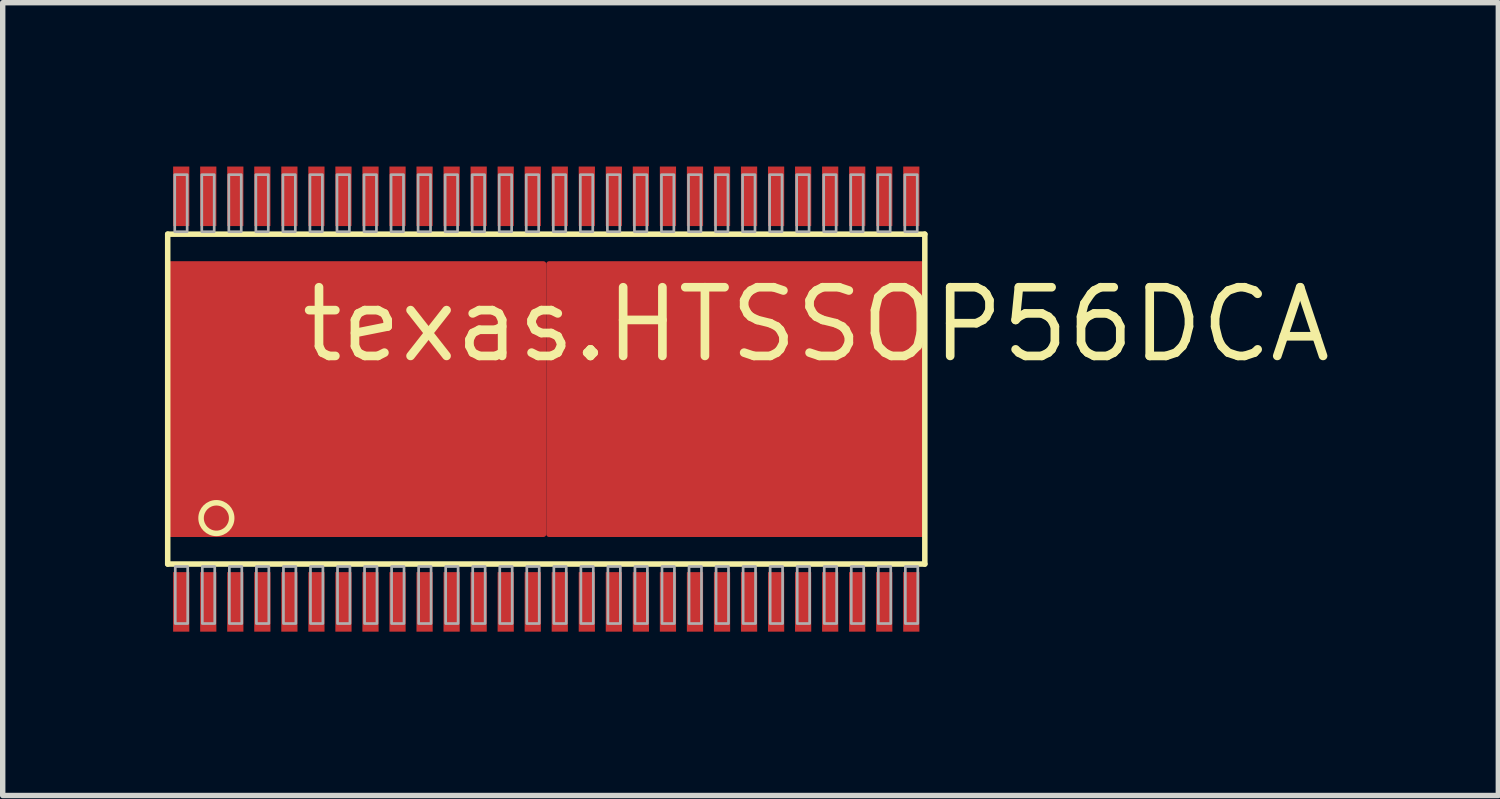
<source format=kicad_pcb>
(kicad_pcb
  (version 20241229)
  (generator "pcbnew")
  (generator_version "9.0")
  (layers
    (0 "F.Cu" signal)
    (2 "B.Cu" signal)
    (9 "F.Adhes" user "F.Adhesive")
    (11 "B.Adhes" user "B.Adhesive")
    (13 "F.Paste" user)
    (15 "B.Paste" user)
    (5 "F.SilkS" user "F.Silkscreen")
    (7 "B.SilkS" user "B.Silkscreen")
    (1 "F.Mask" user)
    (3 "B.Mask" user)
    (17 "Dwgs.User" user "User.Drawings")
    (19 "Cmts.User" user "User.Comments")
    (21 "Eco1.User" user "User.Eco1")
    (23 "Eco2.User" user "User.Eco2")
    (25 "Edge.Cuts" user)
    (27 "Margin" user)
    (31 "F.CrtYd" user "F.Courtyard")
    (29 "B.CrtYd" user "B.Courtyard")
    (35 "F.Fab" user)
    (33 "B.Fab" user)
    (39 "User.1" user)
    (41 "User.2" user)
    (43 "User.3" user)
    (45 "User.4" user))
  (footprint "texas.HTSSOP56DCA"
    (layer "F.Cu")
    (at 7.051 4.33)
    (property "Reference" "texas.HTSSOP56DCA" (at -4.61 -0.635 0) (layer "F.SilkS") (effects (font (size 1.27 1.27) (thickness 0.16)) (justify left bottom)))
    (attr smd)
    (fp_rect (start -6.995 2.55) (end 7 -2.545) (stroke (width 0.05) (type default)) (fill yes) (layer "F.Mask"))
    (fp_rect (start -6.905 -3.195) (end -6.595 -4.305) (stroke (width 0.05) (type default)) (fill yes) (layer "F.Mask"))
    (fp_rect (start -6.905 4.305) (end -6.595 3.195) (stroke (width 0.05) (type default)) (fill yes) (layer "F.Mask"))
    (fp_rect (start -6.405 -3.195) (end -6.095 -4.305) (stroke (width 0.05) (type default)) (fill yes) (layer "F.Mask"))
    (fp_rect (start -6.405 4.305) (end -6.095 3.195) (stroke (width 0.05) (type default)) (fill yes) (layer "F.Mask"))
    (fp_rect (start -5.905 -3.195) (end -5.595 -4.305) (stroke (width 0.05) (type default)) (fill yes) (layer "F.Mask"))
    (fp_rect (start -5.905 4.305) (end -5.595 3.195) (stroke (width 0.05) (type default)) (fill yes) (layer "F.Mask"))
    (fp_rect (start -5.405 -3.195) (end -5.095 -4.305) (stroke (width 0.05) (type default)) (fill yes) (layer "F.Mask"))
    (fp_rect (start -5.405 4.305) (end -5.095 3.195) (stroke (width 0.05) (type default)) (fill yes) (layer "F.Mask"))
    (fp_rect (start -4.905 -3.195) (end -4.595 -4.305) (stroke (width 0.05) (type default)) (fill yes) (layer "F.Mask"))
    (fp_rect (start -4.905 4.305) (end -4.595 3.195) (stroke (width 0.05) (type default)) (fill yes) (layer "F.Mask"))
    (fp_rect (start -4.405 -3.195) (end -4.095 -4.305) (stroke (width 0.05) (type default)) (fill yes) (layer "F.Mask"))
    (fp_rect (start -4.405 4.305) (end -4.095 3.195) (stroke (width 0.05) (type default)) (fill yes) (layer "F.Mask"))
    (fp_rect (start -3.905 -3.195) (end -3.595 -4.305) (stroke (width 0.05) (type default)) (fill yes) (layer "F.Mask"))
    (fp_rect (start -3.905 4.305) (end -3.595 3.195) (stroke (width 0.05) (type default)) (fill yes) (layer "F.Mask"))
    (fp_rect (start -3.405 -3.195) (end -3.095 -4.305) (stroke (width 0.05) (type default)) (fill yes) (layer "F.Mask"))
    (fp_rect (start -3.405 4.305) (end -3.095 3.195) (stroke (width 0.05) (type default)) (fill yes) (layer "F.Mask"))
    (fp_rect (start -2.905 -3.195) (end -2.595 -4.305) (stroke (width 0.05) (type default)) (fill yes) (layer "F.Mask"))
    (fp_rect (start -2.905 4.305) (end -2.595 3.195) (stroke (width 0.05) (type default)) (fill yes) (layer "F.Mask"))
    (fp_rect (start -2.405 -3.195) (end -2.095 -4.305) (stroke (width 0.05) (type default)) (fill yes) (layer "F.Mask"))
    (fp_rect (start -2.405 4.305) (end -2.095 3.195) (stroke (width 0.05) (type default)) (fill yes) (layer "F.Mask"))
    (fp_rect (start -1.905 -3.195) (end -1.595 -4.305) (stroke (width 0.05) (type default)) (fill yes) (layer "F.Mask"))
    (fp_rect (start -1.905 4.305) (end -1.595 3.195) (stroke (width 0.05) (type default)) (fill yes) (layer "F.Mask"))
    (fp_rect (start -1.405 -3.195) (end -1.095 -4.305) (stroke (width 0.05) (type default)) (fill yes) (layer "F.Mask"))
    (fp_rect (start -1.405 4.305) (end -1.095 3.195) (stroke (width 0.05) (type default)) (fill yes) (layer "F.Mask"))
    (fp_rect (start -0.905 -3.195) (end -0.595 -4.305) (stroke (width 0.05) (type default)) (fill yes) (layer "F.Mask"))
    (fp_rect (start -0.905 4.305) (end -0.595 3.195) (stroke (width 0.05) (type default)) (fill yes) (layer "F.Mask"))
    (fp_rect (start -0.405 -3.195) (end -0.095 -4.305) (stroke (width 0.05) (type default)) (fill yes) (layer "F.Mask"))
    (fp_rect (start -0.405 4.305) (end -0.095 3.195) (stroke (width 0.05) (type default)) (fill yes) (layer "F.Mask"))
    (fp_rect (start 0.095 -3.195) (end 0.405 -4.305) (stroke (width 0.05) (type default)) (fill yes) (layer "F.Mask"))
    (fp_rect (start 0.095 4.305) (end 0.405 3.195) (stroke (width 0.05) (type default)) (fill yes) (layer "F.Mask"))
    (fp_rect (start 0.595 -3.195) (end 0.905 -4.305) (stroke (width 0.05) (type default)) (fill yes) (layer "F.Mask"))
    (fp_rect (start 0.595 4.305) (end 0.905 3.195) (stroke (width 0.05) (type default)) (fill yes) (layer "F.Mask"))
    (fp_rect (start 1.095 -3.195) (end 1.405 -4.305) (stroke (width 0.05) (type default)) (fill yes) (layer "F.Mask"))
    (fp_rect (start 1.095 4.305) (end 1.405 3.195) (stroke (width 0.05) (type default)) (fill yes) (layer "F.Mask"))
    (fp_rect (start 1.595 -3.195) (end 1.905 -4.305) (stroke (width 0.05) (type default)) (fill yes) (layer "F.Mask"))
    (fp_rect (start 1.595 4.305) (end 1.905 3.195) (stroke (width 0.05) (type default)) (fill yes) (layer "F.Mask"))
    (fp_rect (start 2.095 -3.195) (end 2.405 -4.305) (stroke (width 0.05) (type default)) (fill yes) (layer "F.Mask"))
    (fp_rect (start 2.095 4.305) (end 2.405 3.195) (stroke (width 0.05) (type default)) (fill yes) (layer "F.Mask"))
    (fp_rect (start 2.595 -3.195) (end 2.905 -4.305) (stroke (width 0.05) (type default)) (fill yes) (layer "F.Mask"))
    (fp_rect (start 2.595 4.305) (end 2.905 3.195) (stroke (width 0.05) (type default)) (fill yes) (layer "F.Mask"))
    (fp_rect (start 3.095 -3.195) (end 3.405 -4.305) (stroke (width 0.05) (type default)) (fill yes) (layer "F.Mask"))
    (fp_rect (start 3.095 4.305) (end 3.405 3.195) (stroke (width 0.05) (type default)) (fill yes) (layer "F.Mask"))
    (fp_rect (start 3.595 -3.195) (end 3.905 -4.305) (stroke (width 0.05) (type default)) (fill yes) (layer "F.Mask"))
    (fp_rect (start 3.595 4.305) (end 3.905 3.195) (stroke (width 0.05) (type default)) (fill yes) (layer "F.Mask"))
    (fp_rect (start 4.095 -3.195) (end 4.405 -4.305) (stroke (width 0.05) (type default)) (fill yes) (layer "F.Mask"))
    (fp_rect (start 4.095 4.305) (end 4.405 3.195) (stroke (width 0.05) (type default)) (fill yes) (layer "F.Mask"))
    (fp_rect (start 4.595 -3.195) (end 4.905 -4.305) (stroke (width 0.05) (type default)) (fill yes) (layer "F.Mask"))
    (fp_rect (start 4.595 4.305) (end 4.905 3.195) (stroke (width 0.05) (type default)) (fill yes) (layer "F.Mask"))
    (fp_rect (start 5.095 -3.195) (end 5.405 -4.305) (stroke (width 0.05) (type default)) (fill yes) (layer "F.Mask"))
    (fp_rect (start 5.095 4.305) (end 5.405 3.195) (stroke (width 0.05) (type default)) (fill yes) (layer "F.Mask"))
    (fp_rect (start 5.595 -3.195) (end 5.905 -4.305) (stroke (width 0.05) (type default)) (fill yes) (layer "F.Mask"))
    (fp_rect (start 5.595 4.305) (end 5.905 3.195) (stroke (width 0.05) (type default)) (fill yes) (layer "F.Mask"))
    (fp_rect (start 6.095 -3.195) (end 6.405 -4.305) (stroke (width 0.05) (type default)) (fill yes) (layer "F.Mask"))
    (fp_rect (start 6.095 4.305) (end 6.405 3.195) (stroke (width 0.05) (type default)) (fill yes) (layer "F.Mask"))
    (fp_rect (start 6.595 -3.195) (end 6.905 -4.305) (stroke (width 0.05) (type default)) (fill yes) (layer "F.Mask"))
    (fp_rect (start 6.595 4.305) (end 6.905 3.195) (stroke (width 0.05) (type default)) (fill yes) (layer "F.Mask"))
    (fp_line (start -7 -3.05) (end 7 -3.05) (stroke (width 0.102) (type default)) (layer "F.SilkS"))
    (fp_line (start -7 3.05) (end -7 -3.05) (stroke (width 0.102) (type default)) (layer "F.SilkS"))
    (fp_line (start 7 -3.05) (end 7 3.05) (stroke (width 0.102) (type default)) (layer "F.SilkS"))
    (fp_line (start 7 3.05) (end -7 3.05) (stroke (width 0.102) (type default)) (layer "F.SilkS"))
    (fp_circle (center -6.1 2.2) (end -5.817 2.2) (stroke (width 0.102) (type default)) (fill no) (layer "F.SilkS"))
    (fp_rect (start -6.89 -3.215) (end -6.61 -4.285) (stroke (width 0.05) (type default)) (fill yes) (layer "F.Paste"))
    (fp_rect (start -6.89 4.285) (end -6.61 3.215) (stroke (width 0.05) (type default)) (fill yes) (layer "F.Paste"))
    (fp_rect (start -6.39 -3.215) (end -6.11 -4.285) (stroke (width 0.05) (type default)) (fill yes) (layer "F.Paste"))
    (fp_rect (start -6.39 4.285) (end -6.11 3.215) (stroke (width 0.05) (type default)) (fill yes) (layer "F.Paste"))
    (fp_rect (start -5.89 -3.215) (end -5.61 -4.285) (stroke (width 0.05) (type default)) (fill yes) (layer "F.Paste"))
    (fp_rect (start -5.89 4.285) (end -5.61 3.215) (stroke (width 0.05) (type default)) (fill yes) (layer "F.Paste"))
    (fp_rect (start -5.39 -3.215) (end -5.11 -4.285) (stroke (width 0.05) (type default)) (fill yes) (layer "F.Paste"))
    (fp_rect (start -5.39 4.285) (end -5.11 3.215) (stroke (width 0.05) (type default)) (fill yes) (layer "F.Paste"))
    (fp_rect (start -4.89 -3.215) (end -4.61 -4.285) (stroke (width 0.05) (type default)) (fill yes) (layer "F.Paste"))
    (fp_rect (start -4.89 4.285) (end -4.61 3.215) (stroke (width 0.05) (type default)) (fill yes) (layer "F.Paste"))
    (fp_rect (start -4.39 -3.215) (end -4.11 -4.285) (stroke (width 0.05) (type default)) (fill yes) (layer "F.Paste"))
    (fp_rect (start -4.39 4.285) (end -4.11 3.215) (stroke (width 0.05) (type default)) (fill yes) (layer "F.Paste"))
    (fp_rect (start -3.89 -3.215) (end -3.61 -4.285) (stroke (width 0.05) (type default)) (fill yes) (layer "F.Paste"))
    (fp_rect (start -3.89 4.285) (end -3.61 3.215) (stroke (width 0.05) (type default)) (fill yes) (layer "F.Paste"))
    (fp_rect (start -3.39 -3.215) (end -3.11 -4.285) (stroke (width 0.05) (type default)) (fill yes) (layer "F.Paste"))
    (fp_rect (start -3.39 4.285) (end -3.11 3.215) (stroke (width 0.05) (type default)) (fill yes) (layer "F.Paste"))
    (fp_rect (start -2.89 -3.215) (end -2.61 -4.285) (stroke (width 0.05) (type default)) (fill yes) (layer "F.Paste"))
    (fp_rect (start -2.89 4.285) (end -2.61 3.215) (stroke (width 0.05) (type default)) (fill yes) (layer "F.Paste"))
    (fp_rect (start -2.39 -3.215) (end -2.11 -4.285) (stroke (width 0.05) (type default)) (fill yes) (layer "F.Paste"))
    (fp_rect (start -2.39 4.285) (end -2.11 3.215) (stroke (width 0.05) (type default)) (fill yes) (layer "F.Paste"))
    (fp_rect (start -1.89 -3.215) (end -1.61 -4.285) (stroke (width 0.05) (type default)) (fill yes) (layer "F.Paste"))
    (fp_rect (start -1.89 4.285) (end -1.61 3.215) (stroke (width 0.05) (type default)) (fill yes) (layer "F.Paste"))
    (fp_rect (start -1.39 -3.215) (end -1.11 -4.285) (stroke (width 0.05) (type default)) (fill yes) (layer "F.Paste"))
    (fp_rect (start -1.39 4.285) (end -1.11 3.215) (stroke (width 0.05) (type default)) (fill yes) (layer "F.Paste"))
    (fp_rect (start -0.89 -3.215) (end -0.61 -4.285) (stroke (width 0.05) (type default)) (fill yes) (layer "F.Paste"))
    (fp_rect (start -0.89 4.285) (end -0.61 3.215) (stroke (width 0.05) (type default)) (fill yes) (layer "F.Paste"))
    (fp_rect (start -0.39 -3.215) (end -0.11 -4.285) (stroke (width 0.05) (type default)) (fill yes) (layer "F.Paste"))
    (fp_rect (start -0.39 4.285) (end -0.11 3.215) (stroke (width 0.05) (type default)) (fill yes) (layer "F.Paste"))
    (fp_rect (start 0.11 -3.215) (end 0.39 -4.285) (stroke (width 0.05) (type default)) (fill yes) (layer "F.Paste"))
    (fp_rect (start 0.11 4.285) (end 0.39 3.215) (stroke (width 0.05) (type default)) (fill yes) (layer "F.Paste"))
    (fp_rect (start 0.61 -3.215) (end 0.89 -4.285) (stroke (width 0.05) (type default)) (fill yes) (layer "F.Paste"))
    (fp_rect (start 0.61 4.285) (end 0.89 3.215) (stroke (width 0.05) (type default)) (fill yes) (layer "F.Paste"))
    (fp_rect (start 1.11 -3.215) (end 1.39 -4.285) (stroke (width 0.05) (type default)) (fill yes) (layer "F.Paste"))
    (fp_rect (start 1.11 4.285) (end 1.39 3.215) (stroke (width 0.05) (type default)) (fill yes) (layer "F.Paste"))
    (fp_rect (start 1.61 -3.215) (end 1.89 -4.285) (stroke (width 0.05) (type default)) (fill yes) (layer "F.Paste"))
    (fp_rect (start 1.61 4.285) (end 1.89 3.215) (stroke (width 0.05) (type default)) (fill yes) (layer "F.Paste"))
    (fp_rect (start 2.11 -3.215) (end 2.39 -4.285) (stroke (width 0.05) (type default)) (fill yes) (layer "F.Paste"))
    (fp_rect (start 2.11 4.285) (end 2.39 3.215) (stroke (width 0.05) (type default)) (fill yes) (layer "F.Paste"))
    (fp_rect (start 2.61 -3.215) (end 2.89 -4.285) (stroke (width 0.05) (type default)) (fill yes) (layer "F.Paste"))
    (fp_rect (start 2.61 4.285) (end 2.89 3.215) (stroke (width 0.05) (type default)) (fill yes) (layer "F.Paste"))
    (fp_rect (start 3.11 -3.215) (end 3.39 -4.285) (stroke (width 0.05) (type default)) (fill yes) (layer "F.Paste"))
    (fp_rect (start 3.11 4.285) (end 3.39 3.215) (stroke (width 0.05) (type default)) (fill yes) (layer "F.Paste"))
    (fp_rect (start 3.61 -3.215) (end 3.89 -4.285) (stroke (width 0.05) (type default)) (fill yes) (layer "F.Paste"))
    (fp_rect (start 3.61 4.285) (end 3.89 3.215) (stroke (width 0.05) (type default)) (fill yes) (layer "F.Paste"))
    (fp_rect (start 4.11 -3.215) (end 4.39 -4.285) (stroke (width 0.05) (type default)) (fill yes) (layer "F.Paste"))
    (fp_rect (start 4.11 4.285) (end 4.39 3.215) (stroke (width 0.05) (type default)) (fill yes) (layer "F.Paste"))
    (fp_rect (start 4.61 -3.215) (end 4.89 -4.285) (stroke (width 0.05) (type default)) (fill yes) (layer "F.Paste"))
    (fp_rect (start 4.61 4.285) (end 4.89 3.215) (stroke (width 0.05) (type default)) (fill yes) (layer "F.Paste"))
    (fp_rect (start 5.11 -3.215) (end 5.39 -4.285) (stroke (width 0.05) (type default)) (fill yes) (layer "F.Paste"))
    (fp_rect (start 5.11 4.285) (end 5.39 3.215) (stroke (width 0.05) (type default)) (fill yes) (layer "F.Paste"))
    (fp_rect (start 5.61 -3.215) (end 5.89 -4.285) (stroke (width 0.05) (type default)) (fill yes) (layer "F.Paste"))
    (fp_rect (start 5.61 4.285) (end 5.89 3.215) (stroke (width 0.05) (type default)) (fill yes) (layer "F.Paste"))
    (fp_rect (start 6.11 -3.215) (end 6.39 -4.285) (stroke (width 0.05) (type default)) (fill yes) (layer "F.Paste"))
    (fp_rect (start 6.11 4.285) (end 6.39 3.215) (stroke (width 0.05) (type default)) (fill yes) (layer "F.Paste"))
    (fp_rect (start 6.61 -3.215) (end 6.89 -4.285) (stroke (width 0.05) (type default)) (fill yes) (layer "F.Paste"))
    (fp_rect (start 6.61 4.285) (end 6.89 3.215) (stroke (width 0.05) (type default)) (fill yes) (layer "F.Paste"))
    (fp_rect (start -6.87 -3.095) (end -6.64 -4.15) (stroke (width 0.05) (type default)) (fill no) (layer "F.Fab"))
    (fp_rect (start -6.86 4.15) (end -6.63 3.095) (stroke (width 0.05) (type default)) (fill no) (layer "F.Fab"))
    (fp_rect (start -6.37 -3.095) (end -6.14 -4.15) (stroke (width 0.05) (type default)) (fill no) (layer "F.Fab"))
    (fp_rect (start -6.36 4.15) (end -6.13 3.095) (stroke (width 0.05) (type default)) (fill no) (layer "F.Fab"))
    (fp_rect (start -5.87 -3.095) (end -5.64 -4.15) (stroke (width 0.05) (type default)) (fill no) (layer "F.Fab"))
    (fp_rect (start -5.86 4.15) (end -5.63 3.095) (stroke (width 0.05) (type default)) (fill no) (layer "F.Fab"))
    (fp_rect (start -5.37 -3.095) (end -5.14 -4.15) (stroke (width 0.05) (type default)) (fill no) (layer "F.Fab"))
    (fp_rect (start -5.36 4.15) (end -5.13 3.095) (stroke (width 0.05) (type default)) (fill no) (layer "F.Fab"))
    (fp_rect (start -4.87 -3.095) (end -4.64 -4.15) (stroke (width 0.05) (type default)) (fill no) (layer "F.Fab"))
    (fp_rect (start -4.86 4.15) (end -4.63 3.095) (stroke (width 0.05) (type default)) (fill no) (layer "F.Fab"))
    (fp_rect (start -4.37 -3.095) (end -4.14 -4.15) (stroke (width 0.05) (type default)) (fill no) (layer "F.Fab"))
    (fp_rect (start -4.36 4.15) (end -4.13 3.095) (stroke (width 0.05) (type default)) (fill no) (layer "F.Fab"))
    (fp_rect (start -3.87 -3.095) (end -3.64 -4.15) (stroke (width 0.05) (type default)) (fill no) (layer "F.Fab"))
    (fp_rect (start -3.86 4.15) (end -3.63 3.095) (stroke (width 0.05) (type default)) (fill no) (layer "F.Fab"))
    (fp_rect (start -3.37 -3.095) (end -3.14 -4.15) (stroke (width 0.05) (type default)) (fill no) (layer "F.Fab"))
    (fp_rect (start -3.36 4.15) (end -3.13 3.095) (stroke (width 0.05) (type default)) (fill no) (layer "F.Fab"))
    (fp_rect (start -2.87 -3.095) (end -2.64 -4.15) (stroke (width 0.05) (type default)) (fill no) (layer "F.Fab"))
    (fp_rect (start -2.86 4.15) (end -2.63 3.095) (stroke (width 0.05) (type default)) (fill no) (layer "F.Fab"))
    (fp_rect (start -2.37 -3.095) (end -2.14 -4.15) (stroke (width 0.05) (type default)) (fill no) (layer "F.Fab"))
    (fp_rect (start -2.36 4.15) (end -2.13 3.095) (stroke (width 0.05) (type default)) (fill no) (layer "F.Fab"))
    (fp_rect (start -1.87 -3.095) (end -1.64 -4.15) (stroke (width 0.05) (type default)) (fill no) (layer "F.Fab"))
    (fp_rect (start -1.86 4.15) (end -1.63 3.095) (stroke (width 0.05) (type default)) (fill no) (layer "F.Fab"))
    (fp_rect (start -1.37 -3.095) (end -1.14 -4.15) (stroke (width 0.05) (type default)) (fill no) (layer "F.Fab"))
    (fp_rect (start -1.36 4.15) (end -1.13 3.095) (stroke (width 0.05) (type default)) (fill no) (layer "F.Fab"))
    (fp_rect (start -0.87 -3.095) (end -0.64 -4.15) (stroke (width 0.05) (type default)) (fill no) (layer "F.Fab"))
    (fp_rect (start -0.86 4.15) (end -0.63 3.095) (stroke (width 0.05) (type default)) (fill no) (layer "F.Fab"))
    (fp_rect (start -0.37 -3.095) (end -0.14 -4.15) (stroke (width 0.05) (type default)) (fill no) (layer "F.Fab"))
    (fp_rect (start -0.36 4.15) (end -0.13 3.095) (stroke (width 0.05) (type default)) (fill no) (layer "F.Fab"))
    (fp_rect (start 0.13 -3.095) (end 0.36 -4.15) (stroke (width 0.05) (type default)) (fill no) (layer "F.Fab"))
    (fp_rect (start 0.14 4.15) (end 0.37 3.095) (stroke (width 0.05) (type default)) (fill no) (layer "F.Fab"))
    (fp_rect (start 0.63 -3.095) (end 0.86 -4.15) (stroke (width 0.05) (type default)) (fill no) (layer "F.Fab"))
    (fp_rect (start 0.64 4.15) (end 0.87 3.095) (stroke (width 0.05) (type default)) (fill no) (layer "F.Fab"))
    (fp_rect (start 1.13 -3.095) (end 1.36 -4.15) (stroke (width 0.05) (type default)) (fill no) (layer "F.Fab"))
    (fp_rect (start 1.14 4.15) (end 1.37 3.095) (stroke (width 0.05) (type default)) (fill no) (layer "F.Fab"))
    (fp_rect (start 1.63 -3.095) (end 1.86 -4.15) (stroke (width 0.05) (type default)) (fill no) (layer "F.Fab"))
    (fp_rect (start 1.64 4.15) (end 1.87 3.095) (stroke (width 0.05) (type default)) (fill no) (layer "F.Fab"))
    (fp_rect (start 2.13 -3.095) (end 2.36 -4.15) (stroke (width 0.05) (type default)) (fill no) (layer "F.Fab"))
    (fp_rect (start 2.14 4.15) (end 2.37 3.095) (stroke (width 0.05) (type default)) (fill no) (layer "F.Fab"))
    (fp_rect (start 2.63 -3.095) (end 2.86 -4.15) (stroke (width 0.05) (type default)) (fill no) (layer "F.Fab"))
    (fp_rect (start 2.64 4.15) (end 2.87 3.095) (stroke (width 0.05) (type default)) (fill no) (layer "F.Fab"))
    (fp_rect (start 3.13 -3.095) (end 3.36 -4.15) (stroke (width 0.05) (type default)) (fill no) (layer "F.Fab"))
    (fp_rect (start 3.14 4.15) (end 3.37 3.095) (stroke (width 0.05) (type default)) (fill no) (layer "F.Fab"))
    (fp_rect (start 3.63 -3.095) (end 3.86 -4.15) (stroke (width 0.05) (type default)) (fill no) (layer "F.Fab"))
    (fp_rect (start 3.64 4.15) (end 3.87 3.095) (stroke (width 0.05) (type default)) (fill no) (layer "F.Fab"))
    (fp_rect (start 4.13 -3.095) (end 4.36 -4.15) (stroke (width 0.05) (type default)) (fill no) (layer "F.Fab"))
    (fp_rect (start 4.14 4.15) (end 4.37 3.095) (stroke (width 0.05) (type default)) (fill no) (layer "F.Fab"))
    (fp_rect (start 4.63 -3.095) (end 4.86 -4.15) (stroke (width 0.05) (type default)) (fill no) (layer "F.Fab"))
    (fp_rect (start 4.64 4.15) (end 4.87 3.095) (stroke (width 0.05) (type default)) (fill no) (layer "F.Fab"))
    (fp_rect (start 5.13 -3.095) (end 5.36 -4.15) (stroke (width 0.05) (type default)) (fill no) (layer "F.Fab"))
    (fp_rect (start 5.14 4.15) (end 5.37 3.095) (stroke (width 0.05) (type default)) (fill no) (layer "F.Fab"))
    (fp_rect (start 5.63 -3.095) (end 5.86 -4.15) (stroke (width 0.05) (type default)) (fill no) (layer "F.Fab"))
    (fp_rect (start 5.64 4.15) (end 5.87 3.095) (stroke (width 0.05) (type default)) (fill no) (layer "F.Fab"))
    (fp_rect (start 6.13 -3.095) (end 6.36 -4.15) (stroke (width 0.05) (type default)) (fill no) (layer "F.Fab"))
    (fp_rect (start 6.14 4.15) (end 6.37 3.095) (stroke (width 0.05) (type default)) (fill no) (layer "F.Fab"))
    (fp_rect (start 6.63 -3.095) (end 6.86 -4.15) (stroke (width 0.05) (type default)) (fill no) (layer "F.Fab"))
    (fp_rect (start 6.64 4.15) (end 6.87 3.095) (stroke (width 0.05) (type default)) (fill no) (layer "F.Fab"))
    (pad "1" smd roundrect (at -6.75 3.75) (size 0.3 1.1) (layers "F.Cu" "F.Mask" "F.Paste") (roundrect_rratio 0.01))
    (pad "2" smd roundrect (at -6.25 3.75) (size 0.3 1.1) (layers "F.Cu" "F.Mask" "F.Paste") (roundrect_rratio 0.01))
    (pad "3" smd roundrect (at -5.75 3.75) (size 0.3 1.1) (layers "F.Cu" "F.Mask" "F.Paste") (roundrect_rratio 0.01))
    (pad "4" smd roundrect (at -5.25 3.75) (size 0.3 1.1) (layers "F.Cu" "F.Mask" "F.Paste") (roundrect_rratio 0.01))
    (pad "5" smd roundrect (at -4.75 3.75) (size 0.3 1.1) (layers "F.Cu" "F.Mask" "F.Paste") (roundrect_rratio 0.01))
    (pad "6" smd roundrect (at -4.25 3.75) (size 0.3 1.1) (layers "F.Cu" "F.Mask" "F.Paste") (roundrect_rratio 0.01))
    (pad "7" smd roundrect (at -3.75 3.75) (size 0.3 1.1) (layers "F.Cu" "F.Mask" "F.Paste") (roundrect_rratio 0.01))
    (pad "8" smd roundrect (at -3.25 3.75) (size 0.3 1.1) (layers "F.Cu" "F.Mask" "F.Paste") (roundrect_rratio 0.01))
    (pad "9" smd roundrect (at -2.75 3.75) (size 0.3 1.1) (layers "F.Cu" "F.Mask" "F.Paste") (roundrect_rratio 0.01))
    (pad "10" smd roundrect (at -2.25 3.75) (size 0.3 1.1) (layers "F.Cu" "F.Mask" "F.Paste") (roundrect_rratio 0.01))
    (pad "11" smd roundrect (at -1.75 3.75) (size 0.3 1.1) (layers "F.Cu" "F.Mask" "F.Paste") (roundrect_rratio 0.01))
    (pad "12" smd roundrect (at -1.25 3.75) (size 0.3 1.1) (layers "F.Cu" "F.Mask" "F.Paste") (roundrect_rratio 0.01))
    (pad "13" smd roundrect (at -0.75 3.75) (size 0.3 1.1) (layers "F.Cu" "F.Mask" "F.Paste") (roundrect_rratio 0.01))
    (pad "14" smd roundrect (at -0.25 3.75) (size 0.3 1.1) (layers "F.Cu" "F.Mask" "F.Paste") (roundrect_rratio 0.01))
    (pad "15" smd roundrect (at 0.25 3.75) (size 0.3 1.1) (layers "F.Cu" "F.Mask" "F.Paste") (roundrect_rratio 0.01))
    (pad "16" smd roundrect (at 0.75 3.75) (size 0.3 1.1) (layers "F.Cu" "F.Mask" "F.Paste") (roundrect_rratio 0.01))
    (pad "17" smd roundrect (at 1.25 3.75) (size 0.3 1.1) (layers "F.Cu" "F.Mask" "F.Paste") (roundrect_rratio 0.01))
    (pad "18" smd roundrect (at 1.75 3.75) (size 0.3 1.1) (layers "F.Cu" "F.Mask" "F.Paste") (roundrect_rratio 0.01))
    (pad "19" smd roundrect (at 2.25 3.75) (size 0.3 1.1) (layers "F.Cu" "F.Mask" "F.Paste") (roundrect_rratio 0.01))
    (pad "20" smd roundrect (at 2.75 3.75) (size 0.3 1.1) (layers "F.Cu" "F.Mask" "F.Paste") (roundrect_rratio 0.01))
    (pad "21" smd roundrect (at 3.25 3.75) (size 0.3 1.1) (layers "F.Cu" "F.Mask" "F.Paste") (roundrect_rratio 0.01))
    (pad "22" smd roundrect (at 3.75 3.75) (size 0.3 1.1) (layers "F.Cu" "F.Mask" "F.Paste") (roundrect_rratio 0.01))
    (pad "23" smd roundrect (at 4.25 3.75) (size 0.3 1.1) (layers "F.Cu" "F.Mask" "F.Paste") (roundrect_rratio 0.01))
    (pad "24" smd roundrect (at 4.75 3.75) (size 0.3 1.1) (layers "F.Cu" "F.Mask" "F.Paste") (roundrect_rratio 0.01))
    (pad "25" smd roundrect (at 5.25 3.75) (size 0.3 1.1) (layers "F.Cu" "F.Mask" "F.Paste") (roundrect_rratio 0.01))
    (pad "26" smd roundrect (at 5.75 3.75) (size 0.3 1.1) (layers "F.Cu" "F.Mask" "F.Paste") (roundrect_rratio 0.01))
    (pad "27" smd roundrect (at 6.25 3.75) (size 0.3 1.1) (layers "F.Cu" "F.Mask" "F.Paste") (roundrect_rratio 0.01))
    (pad "28" smd roundrect (at 6.75 3.75) (size 0.3 1.1) (layers "F.Cu" "F.Mask" "F.Paste") (roundrect_rratio 0.01))
    (pad "29" smd roundrect (at 6.75 -3.75 180) (size 0.3 1.1) (layers "F.Cu" "F.Mask" "F.Paste") (roundrect_rratio 0.01))
    (pad "30" smd roundrect (at 6.25 -3.75 180) (size 0.3 1.1) (layers "F.Cu" "F.Mask" "F.Paste") (roundrect_rratio 0.01))
    (pad "31" smd roundrect (at 5.75 -3.75 180) (size 0.3 1.1) (layers "F.Cu" "F.Mask" "F.Paste") (roundrect_rratio 0.01))
    (pad "32" smd roundrect (at 5.25 -3.75 180) (size 0.3 1.1) (layers "F.Cu" "F.Mask" "F.Paste") (roundrect_rratio 0.01))
    (pad "33" smd roundrect (at 4.75 -3.75 180) (size 0.3 1.1) (layers "F.Cu" "F.Mask" "F.Paste") (roundrect_rratio 0.01))
    (pad "34" smd roundrect (at 4.25 -3.75 180) (size 0.3 1.1) (layers "F.Cu" "F.Mask" "F.Paste") (roundrect_rratio 0.01))
    (pad "35" smd roundrect (at 3.75 -3.75 180) (size 0.3 1.1) (layers "F.Cu" "F.Mask" "F.Paste") (roundrect_rratio 0.01))
    (pad "36" smd roundrect (at 3.25 -3.75 180) (size 0.3 1.1) (layers "F.Cu" "F.Mask" "F.Paste") (roundrect_rratio 0.01))
    (pad "37" smd roundrect (at 2.75 -3.75 180) (size 0.3 1.1) (layers "F.Cu" "F.Mask" "F.Paste") (roundrect_rratio 0.01))
    (pad "38" smd roundrect (at 2.25 -3.75 180) (size 0.3 1.1) (layers "F.Cu" "F.Mask" "F.Paste") (roundrect_rratio 0.01))
    (pad "39" smd roundrect (at 1.75 -3.75 180) (size 0.3 1.1) (layers "F.Cu" "F.Mask" "F.Paste") (roundrect_rratio 0.01))
    (pad "40" smd roundrect (at 1.25 -3.75 180) (size 0.3 1.1) (layers "F.Cu" "F.Mask" "F.Paste") (roundrect_rratio 0.01))
    (pad "41" smd roundrect (at 0.75 -3.75 180) (size 0.3 1.1) (layers "F.Cu" "F.Mask" "F.Paste") (roundrect_rratio 0.01))
    (pad "42" smd roundrect (at 0.25 -3.75 180) (size 0.3 1.1) (layers "F.Cu" "F.Mask" "F.Paste") (roundrect_rratio 0.01))
    (pad "43" smd roundrect (at -0.25 -3.75 180) (size 0.3 1.1) (layers "F.Cu" "F.Mask" "F.Paste") (roundrect_rratio 0.01))
    (pad "44" smd roundrect (at -0.75 -3.75 180) (size 0.3 1.1) (layers "F.Cu" "F.Mask" "F.Paste") (roundrect_rratio 0.01))
    (pad "45" smd roundrect (at -1.25 -3.75 180) (size 0.3 1.1) (layers "F.Cu" "F.Mask" "F.Paste") (roundrect_rratio 0.01))
    (pad "46" smd roundrect (at -1.75 -3.75 180) (size 0.3 1.1) (layers "F.Cu" "F.Mask" "F.Paste") (roundrect_rratio 0.01))
    (pad "47" smd roundrect (at -2.25 -3.75 180) (size 0.3 1.1) (layers "F.Cu" "F.Mask" "F.Paste") (roundrect_rratio 0.01))
    (pad "48" smd roundrect (at -2.75 -3.75 180) (size 0.3 1.1) (layers "F.Cu" "F.Mask" "F.Paste") (roundrect_rratio 0.01))
    (pad "49" smd roundrect (at -3.25 -3.75 180) (size 0.3 1.1) (layers "F.Cu" "F.Mask" "F.Paste") (roundrect_rratio 0.01))
    (pad "50" smd roundrect (at -3.75 -3.75 180) (size 0.3 1.1) (layers "F.Cu" "F.Mask" "F.Paste") (roundrect_rratio 0.01))
    (pad "51" smd roundrect (at -4.25 -3.75 180) (size 0.3 1.1) (layers "F.Cu" "F.Mask" "F.Paste") (roundrect_rratio 0.01))
    (pad "52" smd roundrect (at -4.75 -3.75 180) (size 0.3 1.1) (layers "F.Cu" "F.Mask" "F.Paste") (roundrect_rratio 0.01))
    (pad "53" smd roundrect (at -5.25 -3.75 180) (size 0.3 1.1) (layers "F.Cu" "F.Mask" "F.Paste") (roundrect_rratio 0.01))
    (pad "54" smd roundrect (at -5.75 -3.75 180) (size 0.3 1.1) (layers "F.Cu" "F.Mask" "F.Paste") (roundrect_rratio 0.01))
    (pad "55" smd roundrect (at -6.25 -3.75 180) (size 0.3 1.1) (layers "F.Cu" "F.Mask" "F.Paste") (roundrect_rratio 0.01))
    (pad "56" smd roundrect (at -6.75 -3.75 180) (size 0.3 1.1) (layers "F.Cu" "F.Mask" "F.Paste") (roundrect_rratio 0.01))
    (pad "EXP@1" smd roundrect (at -3.5 0) (size 7 5.1) (layers "F.Cu" "F.Mask" "F.Paste") (roundrect_rratio 0.01))
    (pad "EXP@2" smd roundrect (at 3.5 0) (size 7 5.1) (layers "F.Cu" "F.Mask" "F.Paste") (roundrect_rratio 0.01)))
  (gr_rect
    (start -3 -3)
    (end 24.656 11.66)
    (stroke (width 0.1) (type default))
    (fill no)
    (layer "Edge.Cuts")))
</source>
